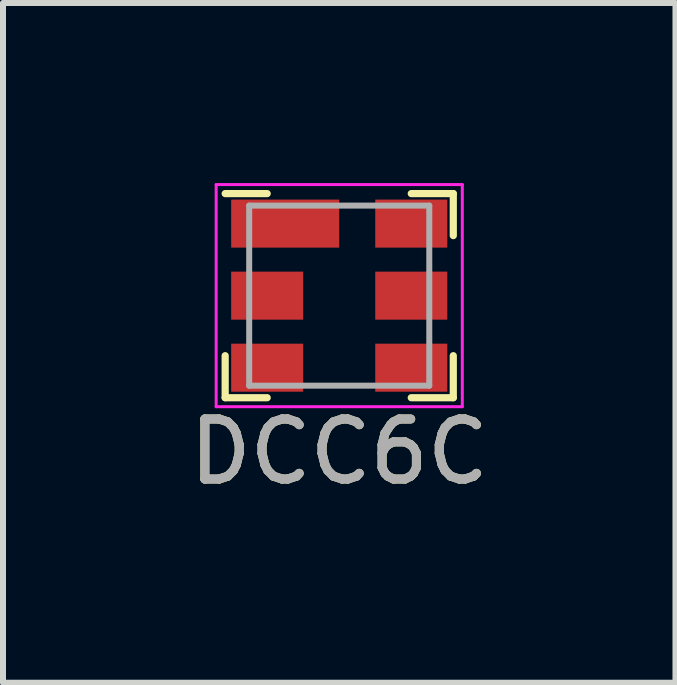
<source format=kicad_pcb>
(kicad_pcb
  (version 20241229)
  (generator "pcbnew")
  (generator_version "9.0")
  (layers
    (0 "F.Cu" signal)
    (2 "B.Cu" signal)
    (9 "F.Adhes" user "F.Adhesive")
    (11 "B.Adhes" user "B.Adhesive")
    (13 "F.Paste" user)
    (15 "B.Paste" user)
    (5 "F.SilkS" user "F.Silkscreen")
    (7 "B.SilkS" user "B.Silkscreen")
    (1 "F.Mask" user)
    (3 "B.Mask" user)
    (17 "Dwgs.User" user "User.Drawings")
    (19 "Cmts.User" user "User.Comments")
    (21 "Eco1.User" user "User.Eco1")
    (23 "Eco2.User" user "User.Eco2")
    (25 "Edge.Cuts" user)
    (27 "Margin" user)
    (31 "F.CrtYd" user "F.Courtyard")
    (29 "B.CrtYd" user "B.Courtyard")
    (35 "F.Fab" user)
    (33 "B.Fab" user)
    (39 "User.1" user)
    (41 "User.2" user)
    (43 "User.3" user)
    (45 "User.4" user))
  (footprint "DCC6C"
    (layer "F.Cu")
    (at 2.601 1.875)
    (property "Reference" "DCC6C" (at 0 2.6 0) (layer "F.SilkS") (effects (font (size 1 1) (thickness 0.15))))
    (attr smd)
    (fp_line (start -1.9 -1.7) (end -1.2 -1.7) (stroke (width 0.12) (type solid)) (layer "F.SilkS"))
    (fp_line (start -1.9 1.7) (end -1.9 1) (stroke (width 0.12) (type solid)) (layer "F.SilkS"))
    (fp_line (start -1.2 1.7) (end -1.9 1.7) (stroke (width 0.12) (type solid)) (layer "F.SilkS"))
    (fp_line (start 1.2 -1.7) (end 1.9 -1.7) (stroke (width 0.12) (type solid)) (layer "F.SilkS"))
    (fp_line (start 1.9 -1.7) (end 1.9 -1) (stroke (width 0.12) (type solid)) (layer "F.SilkS"))
    (fp_line (start 1.9 1) (end 1.9 1.7) (stroke (width 0.12) (type solid)) (layer "F.SilkS"))
    (fp_line (start 1.9 1.7) (end 1.2 1.7) (stroke (width 0.12) (type solid)) (layer "F.SilkS"))
    (fp_line (start -2.05 -1.85) (end 2.05 -1.85) (stroke (width 0.05) (type solid)) (layer "F.CrtYd"))
    (fp_line (start -2.05 1.85) (end -2.05 -1.85) (stroke (width 0.05) (type solid)) (layer "F.CrtYd"))
    (fp_line (start 2.05 -1.85) (end 2.05 1.85) (stroke (width 0.05) (type solid)) (layer "F.CrtYd"))
    (fp_line (start 2.05 1.85) (end -2.05 1.85) (stroke (width 0.05) (type solid)) (layer "F.CrtYd"))
    (fp_line (start -1.5 -1.5) (end -1.5 1.5) (stroke (width 0.1) (type solid)) (layer "F.Fab"))
    (fp_line (start -1.5 1.5) (end 1.5 1.5) (stroke (width 0.1) (type solid)) (layer "F.Fab"))
    (fp_line (start 1.5 -1.5) (end -1.5 -1.5) (stroke (width 0.1) (type solid)) (layer "F.Fab"))
    (fp_line (start 1.5 1.5) (end 1.5 -1.5) (stroke (width 0.1) (type solid)) (layer "F.Fab"))
    (fp_text user "${REFERENCE}" (at 0 2.6 0) (layer "F.Fab") (effects (font (size 1 1) (thickness 0.15))))
    (pad "1" smd rect (at -0.9 -1.2) (size 1.8 0.8) (layers "F.Cu" "F.Mask" "F.Paste"))
    (pad "2" smd rect (at -1.2 0) (size 1.2 0.8) (layers "F.Cu" "F.Mask" "F.Paste"))
    (pad "3" smd rect (at -1.2 1.2) (size 1.2 0.8) (layers "F.Cu" "F.Mask" "F.Paste"))
    (pad "4" smd rect (at 1.2 1.2) (size 1.2 0.8) (layers "F.Cu" "F.Mask" "F.Paste"))
    (pad "5" smd rect (at 1.2 0) (size 1.2 0.8) (layers "F.Cu" "F.Mask" "F.Paste"))
    (pad "6" smd rect (at 1.2 -1.2) (size 1.2 0.8) (layers "F.Cu" "F.Mask" "F.Paste")))
  (gr_rect
    (start -3 -3)
    (end 8.202 8.323)
    (stroke (width 0.1) (type default))
    (fill no)
    (layer "Edge.Cuts")))
</source>
